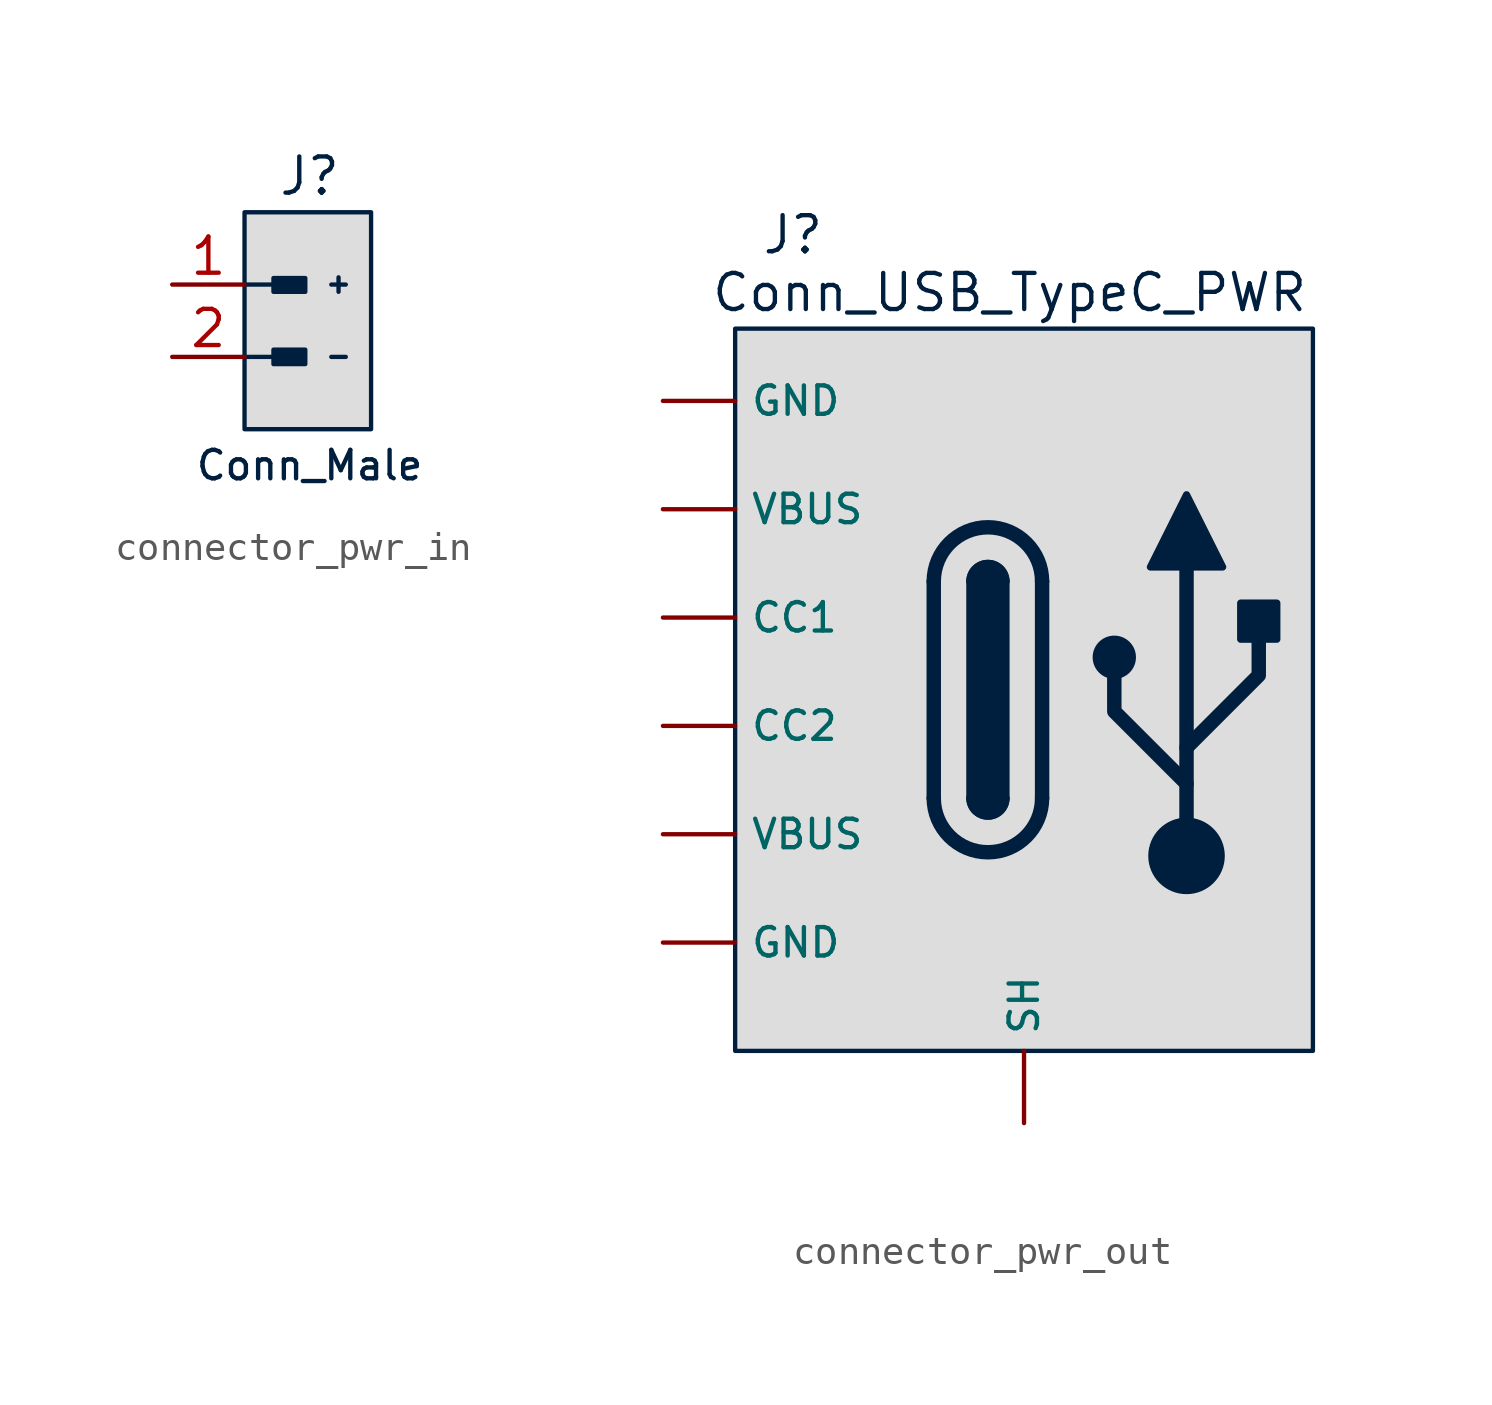
<source format=kicad_sym>
(kicad_symbol_lib
  (version 20241209)
  (generator "kicad_symbol_editor")
  (generator_version "9.0")
  (symbol "connector_pwr_in"
    (pin_names
      (offset 1.016)
      (hide yes))
    (property "Reference" "J"
      (at 2.286 1.27 0)
      (effects (font (size 1.27 1.27) (color 0 31 63 1))))
    (property "Value" "Conn_Male"
      (at 2.286 -8.89 0)
      (effects (font (size 1 1) (color 0 31 63 1))))
    (symbol "connector_pwr_in_0_1"
      (polyline (pts (xy 0 -2.54) (xy 1.016 -2.54)) (stroke (width 0) (type default) (color 0 31 63 1)) (fill (type none)))
      (polyline (pts (xy 0 -5.08) (xy 1.016 -5.08)) (stroke (width 0) (type default) (color 0 31 63 1)) (fill (type none)))
      (polyline (pts (xy 3.048 -2.54) (xy 3.556 -2.54)) (stroke (width 0) (type default) (color 0 31 63 1)) (fill (type none)))
      (polyline (pts (xy 3.048 -5.08) (xy 3.556 -5.08)) (stroke (width 0) (type default) (color 0 31 63 1)) (fill (type none)))
      (polyline (pts (xy 3.302 -2.286) (xy 3.302 -2.794)) (stroke (width 0) (type default) (color 0 31 63 1)) (fill (type none))))
    (symbol "connector_pwr_in_1_1"
      (rectangle (start 0 0) (end 4.445 -7.62) (stroke (width 0) (type solid) (color 0 31 63 1)) (fill (type color) (color 221 221 221 1)))
      (rectangle (start 1.016 -2.311) (end 2.134 -2.794) (stroke (width 0.152) (type default) (color 0 31 63 1)) (fill (type outline)))
      (rectangle (start 1.016 -4.826) (end 2.134 -5.334) (stroke (width 0.152) (type default) (color 0 31 63 1)) (fill (type outline)))
      (pin unspecified line (at -2.54 -2.54 0) (length 2.54) (name "1" (effects (font (size 1.27 1.27)))) (number "1" (effects (font (size 1.27 1.27)))))
      (pin unspecified line (at -2.54 -5.08 0) (length 2.54) (name "2" (effects (font (size 1.27 1.27)))) (number "2" (effects (font (size 1.27 1.27)))))))
  (symbol "connector_pwr_out"
    (pin_numbers
      (hide yes))
    (property "Reference" "J"
      (at 2.032 3.302 0)
      (effects (font (size 1.27 1.27) (color 0 31 63 1))))
    (property "Value" "Conn_USB_TypeC_PWR"
      (at 9.652 1.27 0)
      (effects (font (size 1.27 1.27) (color 0 31 63 1))))
    (symbol "connector_pwr_out_0_1"
      (polyline (pts (xy 6.985 -16.51) (xy 6.985 -8.89)) (stroke (width 0.508) (type default) (color 0 31 63 1)) (fill (type none)))
      (rectangle (start 8.255 -16.51) (end 9.525 -8.89) (stroke (width 0.254) (type default) (color 0 31 63 1)) (fill (type outline)))
      (arc (start 8.255 -8.89) (mid 8.89 -8.2577) (end 9.525 -8.89) (stroke (width 0.254) (type default) (color 0 31 63 1)) (fill (type none)))
      (arc (start 8.255 -8.89) (mid 8.89 -8.2577) (end 9.525 -8.89) (stroke (width 0.254) (type default) (color 0 31 63 1)) (fill (type outline)))
      (arc (start 6.985 -8.89) (mid 8.89 -6.9933) (end 10.795 -8.89) (stroke (width 0.508) (type default) (color 0 31 63 1)) (fill (type none)))
      (arc (start 10.795 -16.51) (mid 8.89 -18.4067) (end 6.985 -16.51) (stroke (width 0.508) (type default) (color 0 31 63 1)) (fill (type none)))
      (arc (start 9.525 -16.51) (mid 8.89 -17.1423) (end 8.255 -16.51) (stroke (width 0.254) (type default) (color 0 31 63 1)) (fill (type none)))
      (arc (start 9.525 -16.51) (mid 8.89 -17.1423) (end 8.255 -16.51) (stroke (width 0.254) (type default) (color 0 31 63 1)) (fill (type outline)))
      (polyline (pts (xy 10.795 -8.89) (xy 10.795 -16.51)) (stroke (width 0.508) (type default) (color 0 31 63 1)) (fill (type none)))
      (circle (center 13.335 -11.557) (radius 0.635) (stroke (width 0.254) (type default) (color 0 31 63 1)) (fill (type outline)))
      (polyline (pts (xy 14.605 -8.382) (xy 15.875 -5.842) (xy 17.145 -8.382) (xy 14.605 -8.382)) (stroke (width 0.254) (type default) (color 0 31 63 1)) (fill (type outline)))
      (polyline (pts (xy 15.875 -14.732) (xy 18.415 -12.192) (xy 18.415 -10.922)) (stroke (width 0.508) (type default) (color 0 31 63 1)) (fill (type none)))
      (polyline (pts (xy 15.875 -16.002) (xy 13.335 -13.462) (xy 13.335 -12.192)) (stroke (width 0.508) (type default) (color 0 31 63 1)) (fill (type none)))
      (polyline (pts (xy 15.875 -18.542) (xy 15.875 -8.382)) (stroke (width 0.508) (type default) (color 0 31 63 1)) (fill (type none)))
      (circle (center 15.875 -18.542) (radius 1.27) (stroke (width 0) (type default) (color 0 31 63 1)) (fill (type outline)))
      (rectangle (start 17.78 -10.922) (end 19.05 -9.652) (stroke (width 0.254) (type default) (color 0 31 63 1)) (fill (type outline))))
    (symbol "connector_pwr_out_1_1"
      (rectangle (start 0 0) (end 20.32 -25.4) (stroke (width 0) (type solid) (color 0 31 63 1)) (fill (type color) (color 221 221 221 1)))
      (pin unspecified line (at -2.54 -2.54 0) (length 2.54) (name "GND" (effects (font (size 1 1)))) (number "B12" (effects (font (size 1 1)))))
      (pin unspecified line (at -2.54 -6.35 0) (length 2.54) (name "VBUS" (effects (font (size 1 1)))) (number "B9" (effects (font (size 1 1)))))
      (pin unspecified line (at -2.54 -10.16 0) (length 2.54) (name "CC1" (effects (font (size 1 1)))) (number "A5" (effects (font (size 1 1)))))
      (pin unspecified line (at -2.54 -13.97 0) (length 2.54) (name "CC2" (effects (font (size 1 1)))) (number "B5" (effects (font (size 1 1)))))
      (pin unspecified line (at -2.54 -17.78 0) (length 2.54) (name "VBUS" (effects (font (size 1 1)))) (number "A9" (effects (font (size 1 1)))))
      (pin unspecified line (at -2.54 -21.59 0) (length 2.54) (name "GND" (effects (font (size 1 1)))) (number "A12" (effects (font (size 1 1)))))
      (pin unspecified line (at 10.16 -27.94 90) (length 2.54) (name "SH" (effects (font (size 1 1)))) (number "7" (effects (font (size 1 1))))))))
</source>
